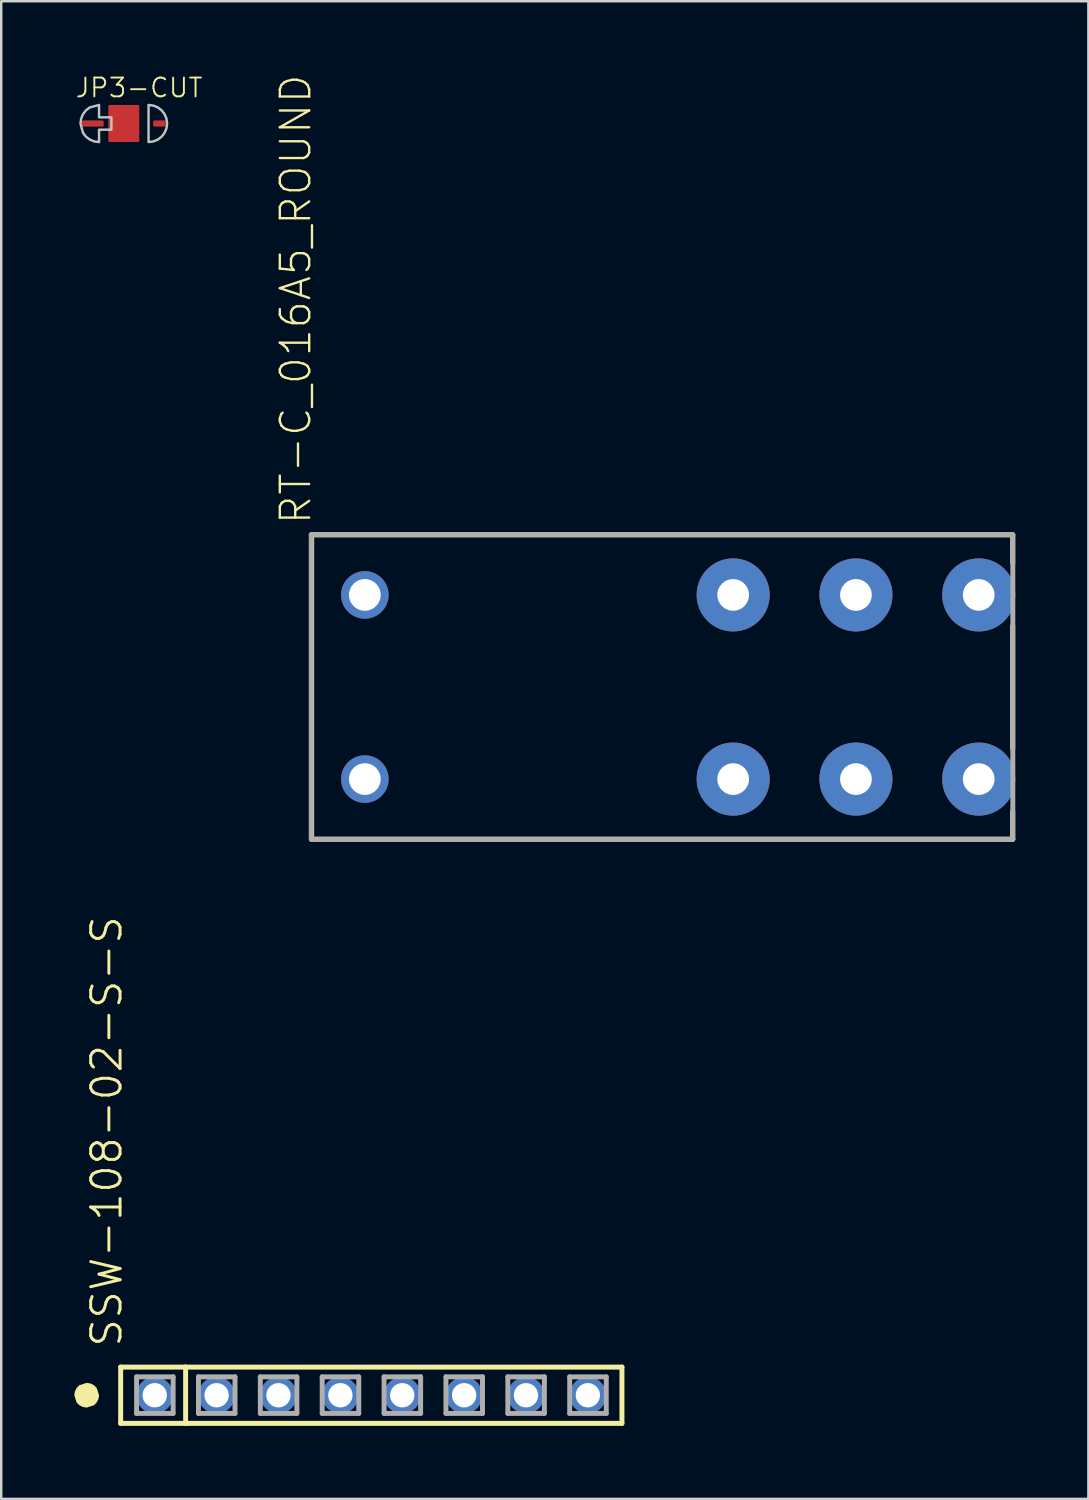
<source format=kicad_pcb>
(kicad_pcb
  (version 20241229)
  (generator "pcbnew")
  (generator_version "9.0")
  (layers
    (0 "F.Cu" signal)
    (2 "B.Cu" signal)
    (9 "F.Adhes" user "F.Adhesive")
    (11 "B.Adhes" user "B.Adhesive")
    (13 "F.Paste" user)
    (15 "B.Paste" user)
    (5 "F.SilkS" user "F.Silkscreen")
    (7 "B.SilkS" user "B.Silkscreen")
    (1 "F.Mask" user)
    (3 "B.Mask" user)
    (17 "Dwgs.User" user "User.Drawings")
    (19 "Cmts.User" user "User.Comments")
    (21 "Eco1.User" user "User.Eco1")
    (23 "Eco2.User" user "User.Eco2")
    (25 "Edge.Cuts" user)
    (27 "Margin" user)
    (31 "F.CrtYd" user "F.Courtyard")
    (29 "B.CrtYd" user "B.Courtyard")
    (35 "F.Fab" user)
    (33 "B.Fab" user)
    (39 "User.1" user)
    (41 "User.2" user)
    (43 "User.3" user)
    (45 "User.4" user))
  (footprint "JP3-CUT"
    (layer "F.Cu")
    (at 2.032 2.02)
    (property "Reference" "JP3-CUT" (at -2.032 -1.016 0) (layer "F.SilkS") (effects (font (size 0.772 0.772) (thickness 0.077)) (justify left bottom)))
    (attr through_hole)
    (fp_poly (pts (xy -0.191 -0.889) (xy -1.016 -0.889) (xy -1.246 -0.859) (xy -1.46 -0.77) (xy -1.645 -0.629) (xy -1.786 -0.445) (xy -1.875 -0.23) (xy -1.905 0) (xy -1.875 0.23) (xy -1.786 0.445) (xy -1.645 0.629) (xy -1.46 0.77) (xy -1.016 0.889) (xy -0.191 0.889)) (stroke (width 0) (type solid)) (fill yes) (layer "F.Mask"))
    (fp_poly (pts (xy 0.191 0.889) (xy 1.016 0.889) (xy 1.246 0.859) (xy 1.46 0.77) (xy 1.645 0.629) (xy 1.786 0.445) (xy 1.875 0.23) (xy 1.905 0) (xy 1.875 -0.23) (xy 1.786 -0.445) (xy 1.645 -0.629) (xy 1.46 -0.77) (xy 1.246 -0.859) (xy 1.016 -0.889) (xy 0.191 -0.889)) (stroke (width 0) (type solid)) (fill yes) (layer "F.Mask"))
    (fp_poly (pts (xy 1.016 0.762) (xy 1.016 -0.762) (xy 1.213 -0.736) (xy 1.397 -0.66) (xy 1.555 -0.539) (xy 1.676 -0.381) (xy 1.752 -0.197) (xy 1.778 0) (xy 1.752 0.197) (xy 1.676 0.381) (xy 1.555 0.539) (xy 1.397 0.66) (xy 1.213 0.736)) (stroke (width 0.1) (type solid)) (fill no) (layer "Dwgs.User"))
    (fp_poly (pts (xy -1.016 -0.762) (xy -1.016 -0.254) (xy -0.508 -0.254) (xy -0.508 0.254) (xy -1.016 0.254) (xy -1.016 0.762) (xy -1.213 0.736) (xy -1.397 0.66) (xy -1.555 0.539) (xy -1.676 0.381) (xy -1.778 0) (xy -1.752 -0.197) (xy -1.676 -0.381) (xy -1.555 -0.539) (xy -1.397 -0.66)) (stroke (width 0.1) (type solid)) (fill no) (layer "Dwgs.User"))
    (pad "COM" smd roundrect (at 0 0) (size 1.27 1.524) (layers "F.Cu" "F.Mask") (roundrect_rratio 0.04))
    (pad "NC" smd roundrect (at -1.27 0) (size 0.889 0.254) (layers "F.Cu" "F.Mask") (roundrect_rratio 0.2))
    (pad "NO" smd roundrect (at 1.46 0) (size 0.508 0.254) (layers "F.Cu" "F.Mask") (roundrect_rratio 0.2)))
  (footprint "RT-C_016A5_ROUND"
    (layer "F.Cu")
    (at 23.257 25.152)
    (property "Reference" "RT-C_016A5_ROUND" (at -13.462 -6.604 270) (layer "F.SilkS") (effects (font (size 1.206 1.206) (thickness 0.097)) (justify left bottom)))
    (attr through_hole)
    (fp_line (start -13.513 -6.248) (end 15.265 -6.248) (stroke (width 0.203) (type solid)) (layer "F.SilkS"))
    (fp_line (start -13.513 6.248) (end -13.513 -6.248) (stroke (width 0.203) (type solid)) (layer "F.SilkS"))
    (fp_line (start -13.513 6.248) (end 15.265 6.248) (stroke (width 0.203) (type solid)) (layer "F.SilkS"))
    (fp_line (start 15.265 -5.105) (end 15.265 -6.248) (stroke (width 0.203) (type solid)) (layer "F.SilkS"))
    (fp_line (start 15.265 2.515) (end 15.265 -2.515) (stroke (width 0.203) (type solid)) (layer "F.SilkS"))
    (fp_line (start 15.265 6.248) (end 15.265 5.105) (stroke (width 0.203) (type solid)) (layer "F.SilkS"))
    (fp_line (start -13.53 -6.25) (end 15.27 -6.25) (stroke (width 0.203) (type solid)) (layer "F.Fab"))
    (fp_line (start -13.53 6.25) (end -13.53 -6.25) (stroke (width 0.203) (type solid)) (layer "F.Fab"))
    (fp_line (start 15.27 -6.25) (end 15.27 6.25) (stroke (width 0.203) (type solid)) (layer "F.Fab"))
    (fp_line (start 15.27 6.25) (end -13.53 6.25) (stroke (width 0.203) (type solid)) (layer "F.Fab"))
    (pad "11A" thru_hole circle (at 8.83 -3.78 90) (size 3 3) (drill 1.3) (layers "*.Cu" "*.Mask"))
    (pad "11B" thru_hole circle (at 8.83 3.78 90) (size 3 3) (drill 1.3) (layers "*.Cu" "*.Mask"))
    (pad "12A" thru_hole circle (at 3.79 -3.78 90) (size 3 3) (drill 1.3) (layers "*.Cu" "*.Mask"))
    (pad "12B" thru_hole circle (at 3.79 3.78 90) (size 3 3) (drill 1.3) (layers "*.Cu" "*.Mask"))
    (pad "14A" thru_hole circle (at 13.87 -3.78 90) (size 3 3) (drill 1.3) (layers "*.Cu" "*.Mask"))
    (pad "14B" thru_hole circle (at 13.87 3.78 90) (size 3 3) (drill 1.3) (layers "*.Cu" "*.Mask"))
    (pad "A1" thru_hole circle (at -11.33 3.78) (size 1.95 1.95) (drill 1.3) (layers "*.Cu" "*.Mask"))
    (pad "A2" thru_hole circle (at -11.33 -3.78) (size 1.95 1.95) (drill 1.3) (layers "*.Cu" "*.Mask")))
  (footprint "SSW-108-02-S-S"
    (layer "F.Cu")
    (at 12.192 54.225)
    (property "Reference" "SSW-108-02-S-S" (at -10.16 -1.905 270) (layer "F.SilkS") (effects (font (size 1.206 1.206) (thickness 0.121)) (justify left bottom)))
    (attr through_hole)
    (fp_line (start -10.289 -1.155) (end -7.622 -1.155) (stroke (width 0.203) (type solid)) (layer "F.SilkS"))
    (fp_line (start -10.289 1.155) (end -10.289 -1.155) (stroke (width 0.203) (type solid)) (layer "F.SilkS"))
    (fp_line (start -7.622 -1.155) (end 10.289 -1.155) (stroke (width 0.203) (type solid)) (layer "F.SilkS"))
    (fp_line (start -7.622 1.155) (end -10.289 1.155) (stroke (width 0.203) (type solid)) (layer "F.SilkS"))
    (fp_line (start -7.622 1.155) (end -7.622 -1.155) (stroke (width 0.203) (type solid)) (layer "F.SilkS"))
    (fp_line (start 10.289 -1.155) (end 10.289 1.155) (stroke (width 0.203) (type solid)) (layer "F.SilkS"))
    (fp_line (start 10.289 1.155) (end -7.622 1.155) (stroke (width 0.203) (type solid)) (layer "F.SilkS"))
    (fp_poly (pts (xy -11.684 -0.508) (xy -11.527 -0.483) (xy -11.385 -0.411) (xy -11.273 -0.299) (xy -11.176 0) (xy -11.201 0.157) (xy -11.273 0.299) (xy -11.385 0.411) (xy -11.684 0.508) (xy -11.841 0.483) (xy -11.983 0.411) (xy -12.095 0.299) (xy -12.192 0) (xy -12.167 -0.157) (xy -12.095 -0.299) (xy -11.983 -0.411)) (stroke (width 0) (type solid)) (fill yes) (layer "F.SilkS"))
    (fp_line (start -9.635 -0.755) (end -8.135 -0.755) (stroke (width 0.203) (type solid)) (layer "F.Fab"))
    (fp_line (start -9.635 0.745) (end -9.635 -0.755) (stroke (width 0.203) (type solid)) (layer "F.Fab"))
    (fp_line (start -8.135 -0.755) (end -8.135 0.745) (stroke (width 0.203) (type solid)) (layer "F.Fab"))
    (fp_line (start -8.135 0.745) (end -9.635 0.745) (stroke (width 0.203) (type solid)) (layer "F.Fab"))
    (fp_line (start -7.095 -0.755) (end -5.595 -0.755) (stroke (width 0.203) (type solid)) (layer "F.Fab"))
    (fp_line (start -7.095 0.745) (end -7.095 -0.755) (stroke (width 0.203) (type solid)) (layer "F.Fab"))
    (fp_line (start -5.595 -0.755) (end -5.595 0.745) (stroke (width 0.203) (type solid)) (layer "F.Fab"))
    (fp_line (start -5.595 0.745) (end -7.095 0.745) (stroke (width 0.203) (type solid)) (layer "F.Fab"))
    (fp_line (start -4.555 -0.755) (end -3.055 -0.755) (stroke (width 0.203) (type solid)) (layer "F.Fab"))
    (fp_line (start -4.555 0.745) (end -4.555 -0.755) (stroke (width 0.203) (type solid)) (layer "F.Fab"))
    (fp_line (start -3.055 -0.755) (end -3.055 0.745) (stroke (width 0.203) (type solid)) (layer "F.Fab"))
    (fp_line (start -3.055 0.745) (end -4.555 0.745) (stroke (width 0.203) (type solid)) (layer "F.Fab"))
    (fp_line (start -2.015 -0.755) (end -0.515 -0.755) (stroke (width 0.203) (type solid)) (layer "F.Fab"))
    (fp_line (start -2.015 0.745) (end -2.015 -0.755) (stroke (width 0.203) (type solid)) (layer "F.Fab"))
    (fp_line (start -0.515 -0.755) (end -0.515 0.745) (stroke (width 0.203) (type solid)) (layer "F.Fab"))
    (fp_line (start -0.515 0.745) (end -2.015 0.745) (stroke (width 0.203) (type solid)) (layer "F.Fab"))
    (fp_line (start 0.525 -0.755) (end 2.025 -0.755) (stroke (width 0.203) (type solid)) (layer "F.Fab"))
    (fp_line (start 0.525 0.745) (end 0.525 -0.755) (stroke (width 0.203) (type solid)) (layer "F.Fab"))
    (fp_line (start 2.025 -0.755) (end 2.025 0.745) (stroke (width 0.203) (type solid)) (layer "F.Fab"))
    (fp_line (start 2.025 0.745) (end 0.525 0.745) (stroke (width 0.203) (type solid)) (layer "F.Fab"))
    (fp_line (start 3.065 -0.755) (end 4.565 -0.755) (stroke (width 0.203) (type solid)) (layer "F.Fab"))
    (fp_line (start 3.065 0.745) (end 3.065 -0.755) (stroke (width 0.203) (type solid)) (layer "F.Fab"))
    (fp_line (start 4.565 -0.755) (end 4.565 0.745) (stroke (width 0.203) (type solid)) (layer "F.Fab"))
    (fp_line (start 4.565 0.745) (end 3.065 0.745) (stroke (width 0.203) (type solid)) (layer "F.Fab"))
    (fp_line (start 5.605 -0.755) (end 7.105 -0.755) (stroke (width 0.203) (type solid)) (layer "F.Fab"))
    (fp_line (start 5.605 0.745) (end 5.605 -0.755) (stroke (width 0.203) (type solid)) (layer "F.Fab"))
    (fp_line (start 7.105 -0.755) (end 7.105 0.745) (stroke (width 0.203) (type solid)) (layer "F.Fab"))
    (fp_line (start 7.105 0.745) (end 5.605 0.745) (stroke (width 0.203) (type solid)) (layer "F.Fab"))
    (fp_line (start 8.145 -0.755) (end 9.645 -0.755) (stroke (width 0.203) (type solid)) (layer "F.Fab"))
    (fp_line (start 8.145 0.745) (end 8.145 -0.755) (stroke (width 0.203) (type solid)) (layer "F.Fab"))
    (fp_line (start 9.645 -0.755) (end 9.645 0.745) (stroke (width 0.203) (type solid)) (layer "F.Fab"))
    (fp_line (start 9.645 0.745) (end 8.145 0.745) (stroke (width 0.203) (type solid)) (layer "F.Fab"))
    (pad "1" thru_hole circle (at -8.89 0) (size 1.5 1.5) (drill 1) (layers "*.Cu" "*.Mask"))
    (pad "2" thru_hole circle (at -6.35 0) (size 1.5 1.5) (drill 1) (layers "*.Cu" "*.Mask"))
    (pad "3" thru_hole circle (at -3.81 0) (size 1.5 1.5) (drill 1) (layers "*.Cu" "*.Mask"))
    (pad "4" thru_hole circle (at -1.27 0) (size 1.5 1.5) (drill 1) (layers "*.Cu" "*.Mask"))
    (pad "5" thru_hole circle (at 1.27 0) (size 1.5 1.5) (drill 1) (layers "*.Cu" "*.Mask"))
    (pad "6" thru_hole circle (at 3.81 0) (size 1.5 1.5) (drill 1) (layers "*.Cu" "*.Mask"))
    (pad "7" thru_hole circle (at 6.35 0) (size 1.5 1.5) (drill 1) (layers "*.Cu" "*.Mask"))
    (pad "8" thru_hole circle (at 8.89 0) (size 1.5 1.5) (drill 1) (layers "*.Cu" "*.Mask")))
  (gr_rect
    (start -3 -3)
    (end 41.628 58.481)
    (stroke (width 0.1) (type default))
    (fill no)
    (layer "Edge.Cuts")))
</source>
